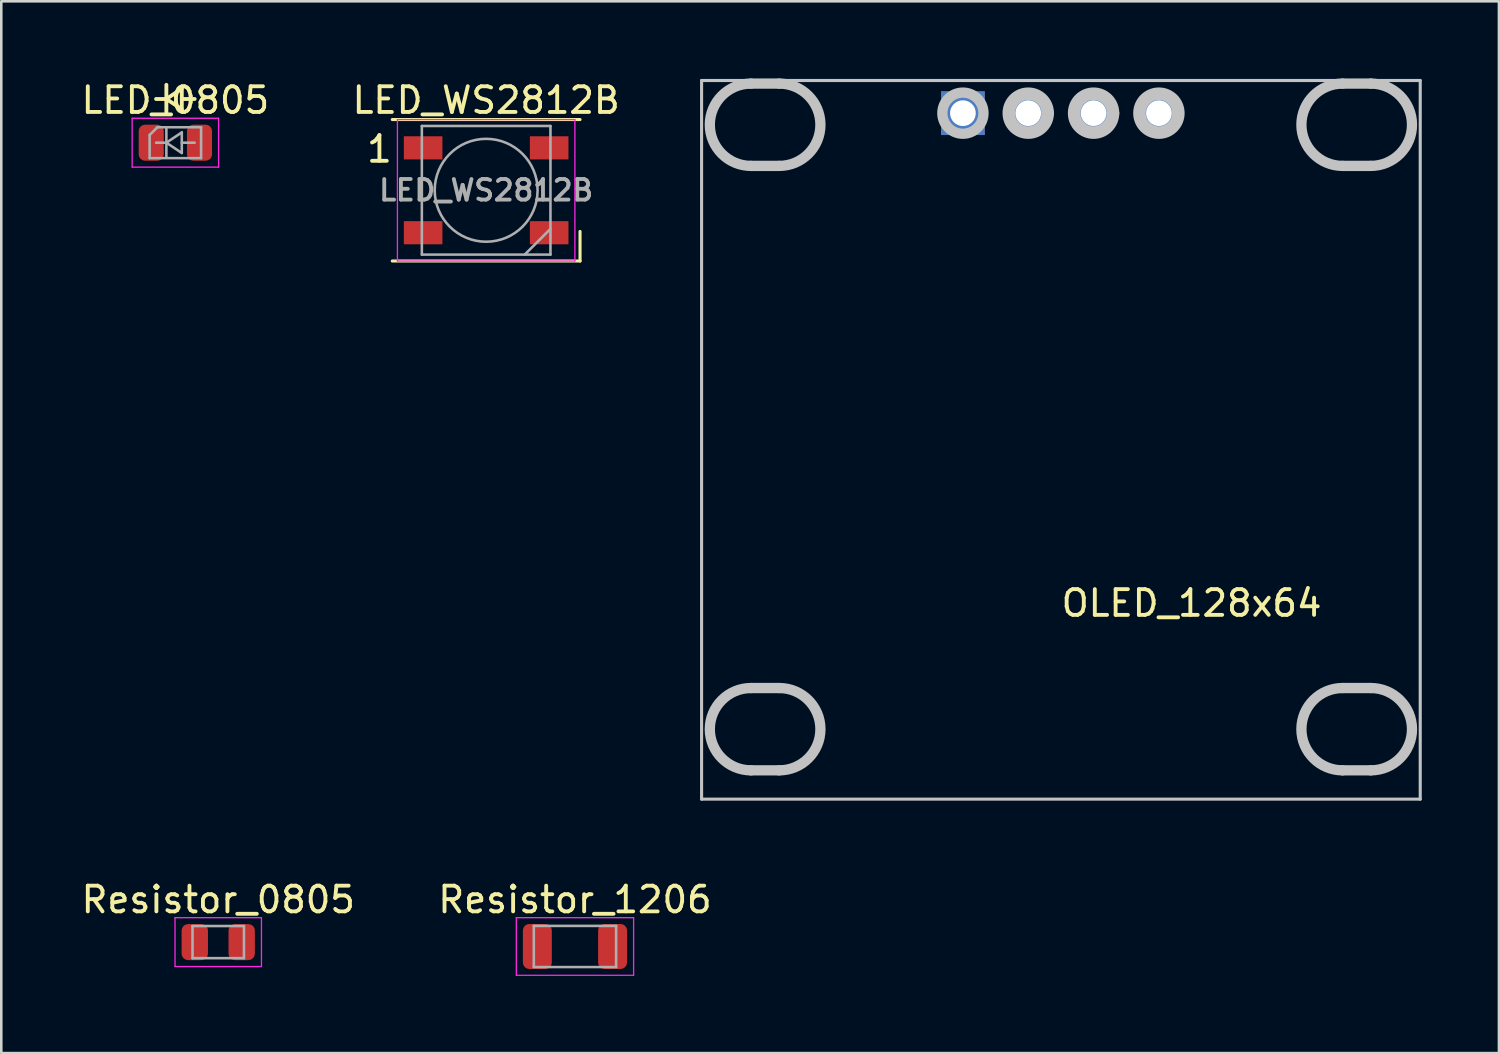
<source format=kicad_pcb>
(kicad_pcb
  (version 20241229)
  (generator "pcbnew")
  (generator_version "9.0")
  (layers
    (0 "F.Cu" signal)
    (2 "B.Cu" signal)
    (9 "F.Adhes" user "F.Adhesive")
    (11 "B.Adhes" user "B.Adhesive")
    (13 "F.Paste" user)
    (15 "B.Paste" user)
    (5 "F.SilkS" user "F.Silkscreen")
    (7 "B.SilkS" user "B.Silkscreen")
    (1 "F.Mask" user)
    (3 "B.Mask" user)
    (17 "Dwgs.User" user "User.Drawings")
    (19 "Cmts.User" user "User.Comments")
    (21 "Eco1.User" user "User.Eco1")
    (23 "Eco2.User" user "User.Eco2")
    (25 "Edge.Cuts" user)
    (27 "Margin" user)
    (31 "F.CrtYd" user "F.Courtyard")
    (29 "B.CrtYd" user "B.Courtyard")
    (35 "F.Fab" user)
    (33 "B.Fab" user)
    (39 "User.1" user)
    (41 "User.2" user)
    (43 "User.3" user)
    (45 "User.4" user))
  (footprint "Resistor_1206"
    (layer "F.Cu")
    (at 19.304 33.748)
    (property "Reference" "Resistor_1206" (at 0 -1.82 0) (layer "F.SilkS") (effects (font (size 1 1) (thickness 0.15))))
    (attr smd)
    (fp_line (start -2.28 -1.12) (end 2.28 -1.12) (stroke (width 0.05) (type solid)) (layer "F.CrtYd"))
    (fp_line (start -2.28 1.12) (end -2.28 -1.12) (stroke (width 0.05) (type solid)) (layer "F.CrtYd"))
    (fp_line (start 2.28 -1.12) (end 2.28 1.12) (stroke (width 0.05) (type solid)) (layer "F.CrtYd"))
    (fp_line (start 2.28 1.12) (end -2.28 1.12) (stroke (width 0.05) (type solid)) (layer "F.CrtYd"))
    (fp_line (start -1.6 -0.8) (end 1.6 -0.8) (stroke (width 0.1) (type solid)) (layer "F.Fab"))
    (fp_line (start -1.6 0.8) (end -1.6 -0.8) (stroke (width 0.1) (type solid)) (layer "F.Fab"))
    (fp_line (start 1.6 -0.8) (end 1.6 0.8) (stroke (width 0.1) (type solid)) (layer "F.Fab"))
    (fp_line (start 1.6 0.8) (end -1.6 0.8) (stroke (width 0.1) (type solid)) (layer "F.Fab"))
    (pad "1" smd roundrect (at -1.462 0) (size 1.125 1.75) (layers "F.Cu" "F.Mask" "F.Paste") (roundrect_rratio 0.222))
    (pad "2" smd roundrect (at 1.462 0) (size 1.125 1.75) (layers "F.Cu" "F.Mask" "F.Paste") (roundrect_rratio 0.222)))
  (footprint "LED_WS2812B"
    (layer "F.Cu")
    (at 15.851 4.348)
    (property "Reference" "LED_WS2812B" (at 0 -3.5 0) (layer "F.SilkS") (effects (font (size 1 1) (thickness 0.15))))
    (attr smd)
    (fp_line (start -3.65 -2.75) (end 3.65 -2.75) (stroke (width 0.12) (type solid)) (layer "F.SilkS"))
    (fp_line (start -3.65 2.75) (end 3.65 2.75) (stroke (width 0.12) (type solid)) (layer "F.SilkS"))
    (fp_line (start 3.65 2.75) (end 3.65 1.6) (stroke (width 0.12) (type solid)) (layer "F.SilkS"))
    (fp_line (start -3.45 -2.75) (end -3.45 2.75) (stroke (width 0.05) (type solid)) (layer "F.CrtYd"))
    (fp_line (start -3.45 2.75) (end 3.45 2.75) (stroke (width 0.05) (type solid)) (layer "F.CrtYd"))
    (fp_line (start 3.45 -2.75) (end -3.45 -2.75) (stroke (width 0.05) (type solid)) (layer "F.CrtYd"))
    (fp_line (start 3.45 2.75) (end 3.45 -2.75) (stroke (width 0.05) (type solid)) (layer "F.CrtYd"))
    (fp_line (start -2.5 -2.5) (end -2.5 2.5) (stroke (width 0.1) (type solid)) (layer "F.Fab"))
    (fp_line (start -2.5 2.5) (end 2.5 2.5) (stroke (width 0.1) (type solid)) (layer "F.Fab"))
    (fp_line (start 2.5 -2.5) (end -2.5 -2.5) (stroke (width 0.1) (type solid)) (layer "F.Fab"))
    (fp_line (start 2.5 1.5) (end 1.5 2.5) (stroke (width 0.1) (type solid)) (layer "F.Fab"))
    (fp_line (start 2.5 2.5) (end 2.5 -2.5) (stroke (width 0.1) (type solid)) (layer "F.Fab"))
    (fp_circle (center 0 0) (end 0 -2) (stroke (width 0.1) (type solid)) (fill no) (layer "F.Fab"))
    (fp_text user "1" (at -4.15 -1.6 0) (layer "F.SilkS") (effects (font (size 1 1) (thickness 0.15))))
    (fp_text user "${REFERENCE}" (at 0 0 0) (layer "F.Fab") (effects (font (size 0.8 0.8) (thickness 0.15))))
    (pad "1" smd rect (at -2.45 -1.65) (size 1.5 0.9) (layers "F.Cu" "F.Mask" "F.Paste"))
    (pad "2" smd rect (at -2.45 1.65) (size 1.5 0.9) (layers "F.Cu" "F.Mask" "F.Paste"))
    (pad "3" smd rect (at 2.45 1.65) (size 1.5 0.9) (layers "F.Cu" "F.Mask" "F.Paste"))
    (pad "4" smd rect (at 2.45 -1.65) (size 1.5 0.9) (layers "F.Cu" "F.Mask" "F.Paste")))
  (footprint "OLED_128x64"
    (layer "F.Cu")
    (at 38.197 1.35)
    (property "Reference" "OLED_128x64" (at 5.08 19.05 0) (layer "F.SilkS") (effects (font (size 1 1) (thickness 0.15))))
    (attr through_hole exclude_from_pos_files)
    (fp_line (start -13.97 -1.27) (end -13.97 26.67) (stroke (width 0.12) (type solid)) (layer "Dwgs.User"))
    (fp_line (start -13.97 26.67) (end 13.97 26.67) (stroke (width 0.12) (type solid)) (layer "Dwgs.User"))
    (fp_line (start -12.05 2.05) (end -10.95 2.05) (stroke (width 0.4) (type default)) (layer "Dwgs.User"))
    (fp_line (start -12.05 25.55) (end -10.95 25.55) (stroke (width 0.4) (type default)) (layer "Dwgs.User"))
    (fp_line (start -10.95 -1.15) (end -12.05 -1.15) (stroke (width 0.4) (type default)) (layer "Dwgs.User"))
    (fp_line (start -10.95 22.35) (end -12.05 22.35) (stroke (width 0.4) (type default)) (layer "Dwgs.User"))
    (fp_line (start -0.47 0) (end -0.557 0) (stroke (width 0.4) (type default)) (layer "Dwgs.User"))
    (fp_line (start 2.07 0) (end 1.983 0) (stroke (width 0.4) (type default)) (layer "Dwgs.User"))
    (fp_line (start 10.95 2.05) (end 12.05 2.05) (stroke (width 0.4) (type default)) (layer "Dwgs.User"))
    (fp_line (start 10.95 25.55) (end 12.05 25.55) (stroke (width 0.4) (type default)) (layer "Dwgs.User"))
    (fp_line (start 12.05 -1.15) (end 10.95 -1.15) (stroke (width 0.4) (type default)) (layer "Dwgs.User"))
    (fp_line (start 12.05 22.35) (end 10.95 22.35) (stroke (width 0.4) (type default)) (layer "Dwgs.User"))
    (fp_line (start 13.97 -1.27) (end -13.97 -1.27) (stroke (width 0.12) (type solid)) (layer "Dwgs.User"))
    (fp_line (start 13.97 26.67) (end 13.97 -1.27) (stroke (width 0.12) (type solid)) (layer "Dwgs.User"))
    (fp_arc (start -12.05 2.05) (mid -13.65 0.45) (end -12.05 -1.15) (stroke (width 0.4) (type default)) (layer "Dwgs.User"))
    (fp_arc (start -12.05 25.55) (mid -13.65 23.95) (end -12.05 22.35) (stroke (width 0.4) (type default)) (layer "Dwgs.User"))
    (fp_arc (start -10.95 -1.15) (mid -9.35 0.45) (end -10.95 2.05) (stroke (width 0.4) (type default)) (layer "Dwgs.User"))
    (fp_arc (start -10.95 22.35) (mid -9.35 23.95) (end -10.95 25.55) (stroke (width 0.4) (type default)) (layer "Dwgs.User"))
    (fp_arc (start 10.95 2.05) (mid 9.35 0.45) (end 10.95 -1.15) (stroke (width 0.4) (type default)) (layer "Dwgs.User"))
    (fp_arc (start 10.95 25.55) (mid 9.35 23.95) (end 10.95 22.35) (stroke (width 0.4) (type default)) (layer "Dwgs.User"))
    (fp_arc (start 12.05 -1.15) (mid 13.65 0.45) (end 12.05 2.05) (stroke (width 0.4) (type default)) (layer "Dwgs.User"))
    (fp_arc (start 12.05 22.35) (mid 13.65 23.95) (end 12.05 25.55) (stroke (width 0.4) (type default)) (layer "Dwgs.User"))
    (fp_circle (center -3.81 0) (end -3.01 0) (stroke (width 0.4) (type default)) (fill no) (layer "Dwgs.User"))
    (fp_circle (center -1.27 0) (end -0.557 0) (stroke (width 0.4) (type default)) (fill no) (layer "Dwgs.User"))
    (fp_circle (center -1.27 0) (end -0.47 0) (stroke (width 0.4) (type default)) (fill no) (layer "Dwgs.User"))
    (fp_circle (center 1.27 0) (end 1.983 0) (stroke (width 0.4) (type default)) (fill no) (layer "Dwgs.User"))
    (fp_circle (center 1.27 0) (end 2.07 0) (stroke (width 0.4) (type default)) (fill no) (layer "Dwgs.User"))
    (fp_circle (center 3.81 0) (end 4.523 0) (stroke (width 0.4) (type default)) (fill no) (layer "Dwgs.User"))
    (fp_circle (center 3.81 0) (end 4.61 0) (stroke (width 0.4) (type default)) (fill no) (layer "Dwgs.User"))
    (pad "1" thru_hole rect (at -3.81 0 90) (size 1.7 1.7) (drill 1) (layers "*.Cu" "*.Mask"))
    (pad "2" thru_hole oval (at -1.27 0 90) (size 1.7 1.7) (drill 1) (layers "*.Cu" "*.Mask"))
    (pad "3" thru_hole oval (at 1.27 0 90) (size 1.7 1.7) (drill 1) (layers "*.Cu" "*.Mask"))
    (pad "4" thru_hole oval (at 3.81 0 90) (size 1.7 1.7) (drill 1) (layers "*.Cu" "*.Mask")))
  (footprint "LED_0805"
    (layer "F.Cu")
    (at 3.768 2.498)
    (property "Reference" "LED_0805" (at 0 -1.65 0) (layer "F.SilkS") (effects (font (size 1 1) (thickness 0.15))))
    (attr smd)
    (fp_line (start -0.75 -1.7) (end -0.35 -1.7) (stroke (width 0.15) (type solid)) (layer "F.SilkS"))
    (fp_line (start -0.35 -1.7) (end -0.35 -2.25) (stroke (width 0.15) (type solid)) (layer "F.SilkS"))
    (fp_line (start -0.35 -1.7) (end -0.35 -1.15) (stroke (width 0.15) (type solid)) (layer "F.SilkS"))
    (fp_line (start -0.35 -1.7) (end 0.25 -2.1) (stroke (width 0.15) (type solid)) (layer "F.SilkS"))
    (fp_line (start 0.25 -2.1) (end 0.25 -1.3) (stroke (width 0.15) (type solid)) (layer "F.SilkS"))
    (fp_line (start 0.25 -1.7) (end 0.75 -1.7) (stroke (width 0.15) (type solid)) (layer "F.SilkS"))
    (fp_line (start 0.25 -1.3) (end -0.35 -1.7) (stroke (width 0.15) (type solid)) (layer "F.SilkS"))
    (fp_line (start -1.68 -0.95) (end 1.68 -0.95) (stroke (width 0.05) (type solid)) (layer "F.CrtYd"))
    (fp_line (start -1.68 0.95) (end -1.68 -0.95) (stroke (width 0.05) (type solid)) (layer "F.CrtYd"))
    (fp_line (start 1.68 -0.95) (end 1.68 0.95) (stroke (width 0.05) (type solid)) (layer "F.CrtYd"))
    (fp_line (start 1.68 0.95) (end -1.68 0.95) (stroke (width 0.05) (type solid)) (layer "F.CrtYd"))
    (fp_line (start -1 -0.3) (end -1 0.6) (stroke (width 0.1) (type solid)) (layer "F.Fab"))
    (fp_line (start -1 0.6) (end 1 0.6) (stroke (width 0.1) (type solid)) (layer "F.Fab"))
    (fp_line (start -0.75 0) (end -0.35 0) (stroke (width 0.1) (type solid)) (layer "F.Fab"))
    (fp_line (start -0.7 -0.6) (end -1 -0.3) (stroke (width 0.1) (type solid)) (layer "F.Fab"))
    (fp_line (start -0.35 0) (end -0.35 -0.55) (stroke (width 0.1) (type solid)) (layer "F.Fab"))
    (fp_line (start -0.35 0) (end -0.35 0.55) (stroke (width 0.1) (type solid)) (layer "F.Fab"))
    (fp_line (start -0.35 0) (end 0.25 -0.4) (stroke (width 0.1) (type solid)) (layer "F.Fab"))
    (fp_line (start 0.25 -0.4) (end 0.25 0.4) (stroke (width 0.1) (type solid)) (layer "F.Fab"))
    (fp_line (start 0.25 0) (end 0.75 0) (stroke (width 0.1) (type solid)) (layer "F.Fab"))
    (fp_line (start 0.25 0.4) (end -0.35 0) (stroke (width 0.1) (type solid)) (layer "F.Fab"))
    (fp_line (start 1 -0.6) (end -0.7 -0.6) (stroke (width 0.1) (type solid)) (layer "F.Fab"))
    (fp_line (start 1 0.6) (end 1 -0.6) (stroke (width 0.1) (type solid)) (layer "F.Fab"))
    (pad "1" smd roundrect (at -0.938 0) (size 0.975 1.4) (layers "F.Cu" "F.Mask" "F.Paste") (roundrect_rratio 0.25))
    (pad "2" smd roundrect (at 0.938 0) (size 0.975 1.4) (layers "F.Cu" "F.Mask" "F.Paste") (roundrect_rratio 0.25)))
  (footprint "Resistor_0805"
    (layer "F.Cu")
    (at 5.435 33.578)
    (property "Reference" "Resistor_0805" (at 0 -1.65 0) (layer "F.SilkS") (effects (font (size 1 1) (thickness 0.15))))
    (attr smd)
    (fp_line (start -1.68 -0.95) (end 1.68 -0.95) (stroke (width 0.05) (type solid)) (layer "F.CrtYd"))
    (fp_line (start -1.68 0.95) (end -1.68 -0.95) (stroke (width 0.05) (type solid)) (layer "F.CrtYd"))
    (fp_line (start 1.68 -0.95) (end 1.68 0.95) (stroke (width 0.05) (type solid)) (layer "F.CrtYd"))
    (fp_line (start 1.68 0.95) (end -1.68 0.95) (stroke (width 0.05) (type solid)) (layer "F.CrtYd"))
    (fp_line (start -1 -0.625) (end 1 -0.625) (stroke (width 0.1) (type solid)) (layer "F.Fab"))
    (fp_line (start -1 0.625) (end -1 -0.625) (stroke (width 0.1) (type solid)) (layer "F.Fab"))
    (fp_line (start 1 -0.625) (end 1 0.625) (stroke (width 0.1) (type solid)) (layer "F.Fab"))
    (fp_line (start 1 0.625) (end -1 0.625) (stroke (width 0.1) (type solid)) (layer "F.Fab"))
    (pad "1" smd roundrect (at -0.912 0) (size 1.025 1.4) (layers "F.Cu" "F.Mask" "F.Paste") (roundrect_rratio 0.244))
    (pad "2" smd roundrect (at 0.912 0) (size 1.025 1.4) (layers "F.Cu" "F.Mask" "F.Paste") (roundrect_rratio 0.244)))
  (gr_rect
    (start -3 -3)
    (end 55.227 37.893)
    (stroke (width 0.1) (type default))
    (fill no)
    (layer "Edge.Cuts")))
</source>
